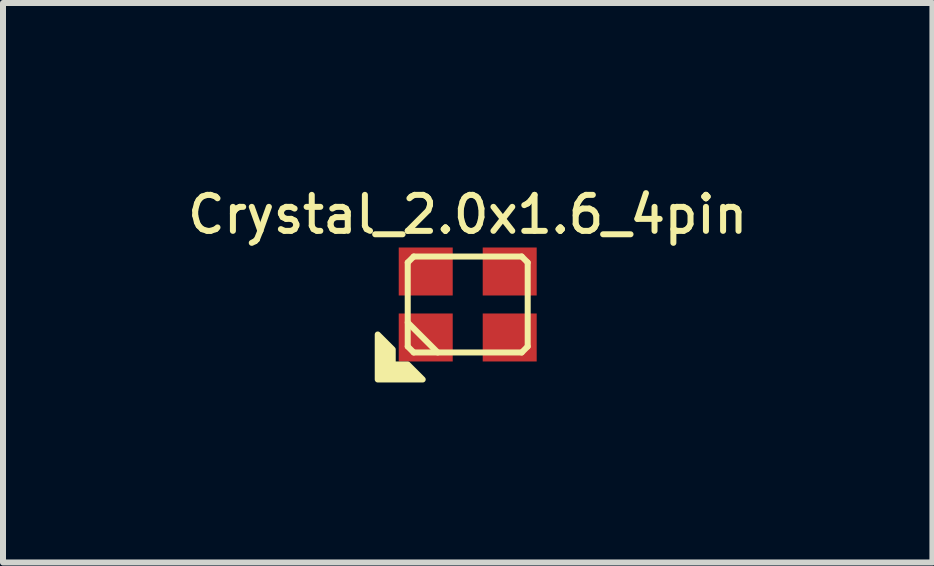
<source format=kicad_pcb>
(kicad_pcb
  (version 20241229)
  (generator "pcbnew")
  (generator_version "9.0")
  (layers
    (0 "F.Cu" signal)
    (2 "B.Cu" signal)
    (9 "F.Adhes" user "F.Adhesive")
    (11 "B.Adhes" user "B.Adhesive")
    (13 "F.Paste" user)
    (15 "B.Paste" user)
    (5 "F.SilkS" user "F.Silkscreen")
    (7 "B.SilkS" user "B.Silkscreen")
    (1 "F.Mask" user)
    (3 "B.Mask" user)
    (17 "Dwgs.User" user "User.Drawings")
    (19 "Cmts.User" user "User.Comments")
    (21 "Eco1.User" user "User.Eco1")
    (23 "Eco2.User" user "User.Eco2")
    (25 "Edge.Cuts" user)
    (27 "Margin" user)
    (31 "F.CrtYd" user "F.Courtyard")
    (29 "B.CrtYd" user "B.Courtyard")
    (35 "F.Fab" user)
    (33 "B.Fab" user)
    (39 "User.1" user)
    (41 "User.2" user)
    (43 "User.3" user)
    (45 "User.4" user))
  (footprint "Crystal_2.0x1.6_4pin"
    (layer "F.Cu")
    (at 4.747 2.026)
    (property "Reference" "Crystal_2.0x1.6_4pin" (at 0 -1.5 0) (layer "F.SilkS") (effects (font (size 0.6 0.6) (thickness 0.1))))
    (attr smd)
    (fp_line (start -1 -0.7) (end -0.9 -0.8) (stroke (width 0.1) (type solid)) (layer "F.SilkS"))
    (fp_line (start -1 0.3) (end -0.5 0.8) (stroke (width 0.1) (type solid)) (layer "F.SilkS"))
    (fp_line (start -1 0.7) (end -1 -0.7) (stroke (width 0.1) (type solid)) (layer "F.SilkS"))
    (fp_line (start -0.9 -0.8) (end 0.9 -0.8) (stroke (width 0.1) (type solid)) (layer "F.SilkS"))
    (fp_line (start -0.9 0.8) (end -1 0.7) (stroke (width 0.1) (type solid)) (layer "F.SilkS"))
    (fp_line (start 0.9 -0.8) (end 1 -0.7) (stroke (width 0.1) (type solid)) (layer "F.SilkS"))
    (fp_line (start 0.9 0.8) (end -0.9 0.8) (stroke (width 0.1) (type solid)) (layer "F.SilkS"))
    (fp_line (start 1 -0.7) (end 1 0.7) (stroke (width 0.1) (type solid)) (layer "F.SilkS"))
    (fp_line (start 1 0.7) (end 0.9 0.8) (stroke (width 0.1) (type solid)) (layer "F.SilkS"))
    (fp_poly (pts (xy -1.25 0.75) (xy -1.25 1) (xy -1 1) (xy -0.75 1.25) (xy -1.5 1.25) (xy -1.5 0.5)) (stroke (width 0.1) (type solid)) (fill yes) (layer "F.SilkS"))
    (pad "1" smd rect (at -0.7 0.55) (size 0.9 0.8) (layers "F.Cu" "F.Mask" "F.Paste"))
    (pad "2" smd rect (at 0.7 0.55) (size 0.9 0.8) (layers "F.Cu" "F.Mask" "F.Paste"))
    (pad "3" smd rect (at 0.7 -0.55) (size 0.9 0.8) (layers "F.Cu" "F.Mask" "F.Paste"))
    (pad "4" smd rect (at -0.7 -0.55) (size 0.9 0.8) (layers "F.Cu" "F.Mask" "F.Paste")))
  (gr_rect
    (start -3 -3)
    (end 12.494 6.327)
    (stroke (width 0.1) (type default))
    (fill no)
    (layer "Edge.Cuts")))
</source>
